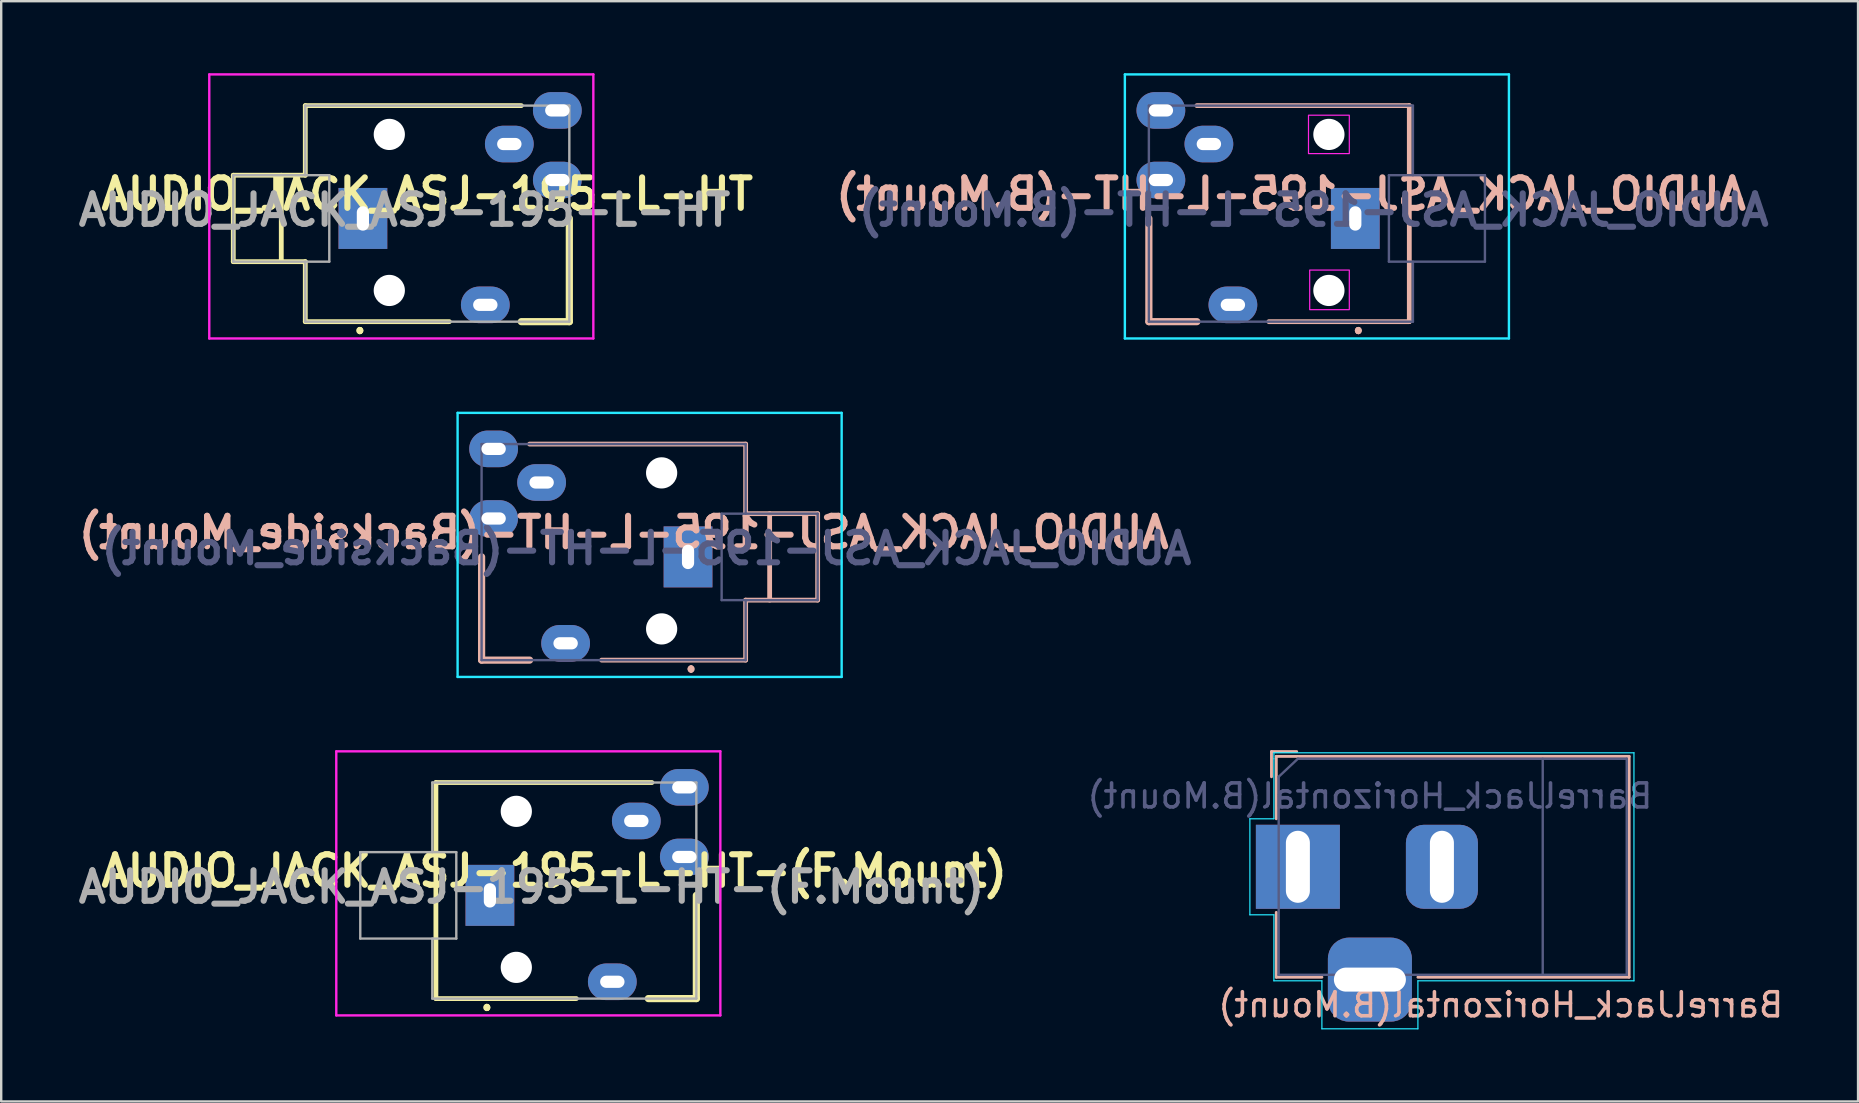
<source format=kicad_pcb>
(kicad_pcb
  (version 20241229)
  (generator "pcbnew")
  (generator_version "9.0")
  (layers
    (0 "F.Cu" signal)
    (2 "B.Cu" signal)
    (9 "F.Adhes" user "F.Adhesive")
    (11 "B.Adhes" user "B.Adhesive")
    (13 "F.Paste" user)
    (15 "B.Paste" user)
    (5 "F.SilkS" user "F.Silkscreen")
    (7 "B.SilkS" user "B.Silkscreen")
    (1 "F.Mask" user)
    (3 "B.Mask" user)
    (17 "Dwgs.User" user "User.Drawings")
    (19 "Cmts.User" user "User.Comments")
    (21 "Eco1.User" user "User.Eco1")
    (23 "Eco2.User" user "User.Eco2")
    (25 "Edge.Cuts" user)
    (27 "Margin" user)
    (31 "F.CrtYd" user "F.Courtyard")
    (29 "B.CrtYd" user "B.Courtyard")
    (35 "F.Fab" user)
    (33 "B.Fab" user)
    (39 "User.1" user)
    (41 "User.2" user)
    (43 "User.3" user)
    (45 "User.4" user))
  (footprint "AUDIO_JACK_ASJ-195-L-HT-(B.Mount)"
    (layer "F.Cu")
    (at 55.811 6.05)
    (property "Reference" "AUDIO_JACK_ASJ-195-L-HT-(B.Mount)" (at -5.08 -1.016 0) (layer "B.SilkS") (effects (font (size 1.27 1.27) (thickness 0.254)) (justify mirror)))
    (attr through_hole)
    (fp_line (start -11 4.3) (end -11 0) (stroke (width 0.3) (type solid)) (layer "B.SilkS"))
    (fp_line (start -9 4.3) (end -11 4.3) (stroke (width 0.3) (type solid)) (layer "B.SilkS"))
    (fp_line (start -6 4.3) (end -0.15 4.3) (stroke (width 0.2) (type solid)) (layer "B.SilkS"))
    (fp_line (start -2.28 4.62) (end -2.28 4.62) (stroke (width 0.2) (type solid)) (layer "B.SilkS"))
    (fp_line (start -2.28 4.72) (end -2.28 4.72) (stroke (width 0.2) (type solid)) (layer "B.SilkS"))
    (fp_line (start -2.28 4.72) (end -2.28 4.72) (stroke (width 0.2) (type solid)) (layer "B.SilkS"))
    (fp_line (start -0.15 -4.7) (end -9 -4.7) (stroke (width 0.2) (type solid)) (layer "B.SilkS"))
    (fp_line (start -0.15 -1.8) (end -0.15 -4.7) (stroke (width 0.2) (type solid)) (layer "B.SilkS"))
    (fp_line (start -0.15 -1.8) (end -0.15 1.8) (stroke (width 0.2) (type solid)) (layer "B.SilkS"))
    (fp_line (start -0.15 1.8) (end -0.15 4.3) (stroke (width 0.2) (type solid)) (layer "B.SilkS"))
    (fp_arc (start -2.27 4.62) (mid -2.22 4.67) (end -2.27 4.72) (stroke (width 0.2) (type solid)) (layer "B.SilkS"))
    (fp_arc (start -2.27 4.72) (mid -2.32 4.67) (end -2.27 4.62) (stroke (width 0.2) (type solid)) (layer "B.SilkS"))
    (fp_arc (start -2.27 4.72) (mid -2.32 4.67) (end -2.27 4.62) (stroke (width 0.2) (type solid)) (layer "B.SilkS"))
    (fp_line (start -12 -6) (end -12 5) (stroke (width 0.1) (type solid)) (layer "B.CrtYd"))
    (fp_line (start -12 5) (end 4 5) (stroke (width 0.1) (type solid)) (layer "B.CrtYd"))
    (fp_line (start 4 -6) (end -12 -6) (stroke (width 0.1) (type solid)) (layer "B.CrtYd"))
    (fp_line (start 4 5) (end 4 -6) (stroke (width 0.1) (type solid)) (layer "B.CrtYd"))
    (fp_rect (start -4.35 -4.3) (end -2.65 -2.7) (stroke (width 0.05) (type solid)) (fill no) (layer "F.CrtYd"))
    (fp_rect (start -4.3 2.15) (end -2.65 3.8) (stroke (width 0.05) (type solid)) (fill no) (layer "F.CrtYd"))
    (fp_line (start -11 -4.7) (end -11 4.3) (stroke (width 0.1) (type solid)) (layer "B.Fab"))
    (fp_line (start -11 4.3) (end 0 4.3) (stroke (width 0.1) (type solid)) (layer "B.Fab"))
    (fp_line (start -1 -1.8) (end 3 -1.8) (stroke (width 0.1) (type solid)) (layer "B.Fab"))
    (fp_line (start -1 1.8) (end -1 -1.8) (stroke (width 0.1) (type solid)) (layer "B.Fab"))
    (fp_line (start 0 -4.7) (end -11 -4.7) (stroke (width 0.1) (type solid)) (layer "B.Fab"))
    (fp_line (start 0 -4.7) (end 0 -1.8) (stroke (width 0.1) (type solid)) (layer "B.Fab"))
    (fp_line (start 0 4.3) (end 0 1.8) (stroke (width 0.1) (type solid)) (layer "B.Fab"))
    (fp_line (start 3 -1.8) (end 3 1.8) (stroke (width 0.1) (type solid)) (layer "B.Fab"))
    (fp_line (start 3 1.8) (end -1 1.8) (stroke (width 0.1) (type solid)) (layer "B.Fab"))
    (fp_text user "${REFERENCE}" (at -4.133 -0.35 0) (layer "B.Fab") (effects (font (size 1.27 1.27) (thickness 0.254)) (justify mirror)))
    (pad "" np_thru_hole circle (at -3.5 -3.5) (size 1.3 1.3) (drill 1.3) (layers "*.Cu" "*.Mask"))
    (pad "" np_thru_hole circle (at -3.5 3) (size 1.3 1.3) (drill 1.3) (layers "*.Cu" "*.Mask"))
    (pad "1" thru_hole rect (at -2.4 0) (size 2.032 2.54) (drill oval 0.508 1.016) (layers "*.Cu" "*.Mask"))
    (pad "2" thru_hole oval (at -7.5 3.6) (size 2.032 1.524) (drill oval 1.016 0.508) (layers "*.Cu" "*.Mask"))
    (pad "3" thru_hole oval (at -10.5 -1.6) (size 2.032 1.524) (drill oval 1.016 0.508) (layers "*.Cu" "*.Mask"))
    (pad "5" thru_hole oval (at -8.5 -3.1) (size 2.032 1.524) (drill oval 1.016 0.508) (layers "*.Cu" "*.Mask"))
    (pad "6" thru_hole oval (at -10.5 -4.5) (size 2.032 1.524) (drill oval 1.016 0.508) (layers "*.Cu" "*.Mask")))
  (footprint "AUDIO_JACK_ASJ-195-L-HT-(Backside_Mount)"
    (layer "F.Cu")
    (at 28.013 20.15)
    (property "Reference" "AUDIO_JACK_ASJ-195-L-HT-(Backside_Mount)" (at -5.08 -1.016 0) (layer "B.SilkS") (effects (font (size 1.27 1.27) (thickness 0.254)) (justify mirror)))
    (attr through_hole)
    (fp_line (start -11 4.3) (end -11 0) (stroke (width 0.3) (type solid)) (layer "B.SilkS"))
    (fp_line (start -9 4.3) (end -11 4.3) (stroke (width 0.3) (type solid)) (layer "B.SilkS"))
    (fp_line (start -6 4.3) (end 0 4.3) (stroke (width 0.2) (type solid)) (layer "B.SilkS"))
    (fp_line (start -2.28 4.62) (end -2.28 4.62) (stroke (width 0.2) (type solid)) (layer "B.SilkS"))
    (fp_line (start -2.28 4.72) (end -2.28 4.72) (stroke (width 0.2) (type solid)) (layer "B.SilkS"))
    (fp_line (start -2.28 4.72) (end -2.28 4.72) (stroke (width 0.2) (type solid)) (layer "B.SilkS"))
    (fp_line (start 0 -4.7) (end -9 -4.7) (stroke (width 0.2) (type solid)) (layer "B.SilkS"))
    (fp_line (start 0 -1.8) (end 0 -4.7) (stroke (width 0.2) (type solid)) (layer "B.SilkS"))
    (fp_line (start 0 -1.8) (end 3 -1.8) (stroke (width 0.2) (type solid)) (layer "B.SilkS"))
    (fp_line (start 0 1.8) (end 0 4.3) (stroke (width 0.2) (type solid)) (layer "B.SilkS"))
    (fp_line (start 1 -1.8) (end 1 1.8) (stroke (width 0.2) (type solid)) (layer "B.SilkS"))
    (fp_line (start 3 -1.8) (end 3 1.8) (stroke (width 0.2) (type solid)) (layer "B.SilkS"))
    (fp_line (start 3 1.8) (end 0 1.8) (stroke (width 0.2) (type solid)) (layer "B.SilkS"))
    (fp_arc (start -2.27 4.62) (mid -2.22 4.67) (end -2.27 4.72) (stroke (width 0.2) (type solid)) (layer "B.SilkS"))
    (fp_arc (start -2.27 4.72) (mid -2.32 4.67) (end -2.27 4.62) (stroke (width 0.2) (type solid)) (layer "B.SilkS"))
    (fp_arc (start -2.27 4.72) (mid -2.32 4.67) (end -2.27 4.62) (stroke (width 0.2) (type solid)) (layer "B.SilkS"))
    (fp_line (start -12 -6) (end -12 5) (stroke (width 0.1) (type solid)) (layer "B.CrtYd"))
    (fp_line (start -12 5) (end 4 5) (stroke (width 0.1) (type solid)) (layer "B.CrtYd"))
    (fp_line (start 4 -6) (end -12 -6) (stroke (width 0.1) (type solid)) (layer "B.CrtYd"))
    (fp_line (start 4 5) (end 4 -6) (stroke (width 0.1) (type solid)) (layer "B.CrtYd"))
    (fp_line (start -11 -4.7) (end -11 4.3) (stroke (width 0.1) (type solid)) (layer "B.Fab"))
    (fp_line (start -11 4.3) (end 0 4.3) (stroke (width 0.1) (type solid)) (layer "B.Fab"))
    (fp_line (start -1 -1.8) (end 3 -1.8) (stroke (width 0.1) (type solid)) (layer "B.Fab"))
    (fp_line (start -1 1.8) (end -1 -1.8) (stroke (width 0.1) (type solid)) (layer "B.Fab"))
    (fp_line (start 0 -4.7) (end -11 -4.7) (stroke (width 0.1) (type solid)) (layer "B.Fab"))
    (fp_line (start 0 -4.7) (end 0 -1.8) (stroke (width 0.1) (type solid)) (layer "B.Fab"))
    (fp_line (start 0 4.3) (end 0 1.8) (stroke (width 0.1) (type solid)) (layer "B.Fab"))
    (fp_line (start 3 -1.8) (end 3 1.8) (stroke (width 0.1) (type solid)) (layer "B.Fab"))
    (fp_line (start 3 1.8) (end -1 1.8) (stroke (width 0.1) (type solid)) (layer "B.Fab"))
    (fp_text user "${REFERENCE}" (at -4.133 -0.35 0) (layer "B.Fab") (effects (font (size 1.27 1.27) (thickness 0.254)) (justify mirror)))
    (pad "" np_thru_hole circle (at -3.5 -3.5) (size 1.3 1.3) (drill 1.3) (layers "*.Cu" "*.Mask"))
    (pad "" np_thru_hole circle (at -3.5 3) (size 1.3 1.3) (drill 1.3) (layers "*.Cu" "*.Mask"))
    (pad "1" thru_hole rect (at -2.4 0) (size 2.032 2.54) (drill oval 0.508 1.016) (layers "*.Cu" "*.Mask"))
    (pad "2" thru_hole oval (at -7.5 3.6) (size 2.032 1.524) (drill oval 1.016 0.508) (layers "*.Cu" "*.Mask"))
    (pad "3" thru_hole oval (at -10.5 -1.6) (size 2.032 1.524) (drill oval 1.016 0.508) (layers "*.Cu" "*.Mask"))
    (pad "5" thru_hole oval (at -8.5 -3.1) (size 2.032 1.524) (drill oval 1.016 0.508) (layers "*.Cu" "*.Mask"))
    (pad "6" thru_hole oval (at -10.5 -4.5) (size 2.032 1.524) (drill oval 1.016 0.508) (layers "*.Cu" "*.Mask")))
  (footprint "AUDIO_JACK_ASJ-195-L-HT-(F.Mount)"
    (layer "F.Cu")
    (at 14.959 34.25)
    (property "Reference" "AUDIO_JACK_ASJ-195-L-HT-(F.Mount)" (at 5.08 -1.016 0) (layer "F.SilkS") (effects (font (size 1.27 1.27) (thickness 0.254))))
    (attr through_hole)
    (fp_line (start 0.15 -4.7) (end 9.15 -4.7) (stroke (width 0.2) (type solid)) (layer "F.SilkS"))
    (fp_line (start 0.15 -1.8) (end 0.15 -4.7) (stroke (width 0.2) (type solid)) (layer "F.SilkS"))
    (fp_line (start 0.15 -1.8) (end 0.15 1.8) (stroke (width 0.2) (type solid)) (layer "F.SilkS"))
    (fp_line (start 0.15 1.8) (end 0.15 4.3) (stroke (width 0.2) (type solid)) (layer "F.SilkS"))
    (fp_line (start 2.28 4.62) (end 2.28 4.62) (stroke (width 0.2) (type solid)) (layer "F.SilkS"))
    (fp_line (start 2.28 4.72) (end 2.28 4.72) (stroke (width 0.2) (type solid)) (layer "F.SilkS"))
    (fp_line (start 2.28 4.72) (end 2.28 4.72) (stroke (width 0.2) (type solid)) (layer "F.SilkS"))
    (fp_line (start 6 4.3) (end 0.15 4.3) (stroke (width 0.2) (type solid)) (layer "F.SilkS"))
    (fp_line (start 9 4.3) (end 11 4.3) (stroke (width 0.3) (type solid)) (layer "F.SilkS"))
    (fp_line (start 11 4.3) (end 11 0) (stroke (width 0.3) (type solid)) (layer "F.SilkS"))
    (fp_arc (start 2.27 4.62) (mid 2.32 4.67) (end 2.27 4.72) (stroke (width 0.2) (type solid)) (layer "F.SilkS"))
    (fp_arc (start 2.27 4.62) (mid 2.32 4.67) (end 2.27 4.72) (stroke (width 0.2) (type solid)) (layer "F.SilkS"))
    (fp_arc (start 2.27 4.72) (mid 2.22 4.67) (end 2.27 4.62) (stroke (width 0.2) (type solid)) (layer "F.SilkS"))
    (fp_line (start -4 -6) (end 12 -6) (stroke (width 0.1) (type solid)) (layer "F.CrtYd"))
    (fp_line (start -4 5) (end -4 -6) (stroke (width 0.1) (type solid)) (layer "F.CrtYd"))
    (fp_line (start 12 -6) (end 12 5) (stroke (width 0.1) (type solid)) (layer "F.CrtYd"))
    (fp_line (start 12 5) (end -4 5) (stroke (width 0.1) (type solid)) (layer "F.CrtYd"))
    (fp_line (start -3 -1.8) (end -3 1.8) (stroke (width 0.1) (type solid)) (layer "F.Fab"))
    (fp_line (start -3 1.8) (end 1 1.8) (stroke (width 0.1) (type solid)) (layer "F.Fab"))
    (fp_line (start 0 -4.7) (end 0 -1.8) (stroke (width 0.1) (type solid)) (layer "F.Fab"))
    (fp_line (start 0 -4.7) (end 11 -4.7) (stroke (width 0.1) (type solid)) (layer "F.Fab"))
    (fp_line (start 0 4.3) (end 0 1.8) (stroke (width 0.1) (type solid)) (layer "F.Fab"))
    (fp_line (start 1 -1.8) (end -3 -1.8) (stroke (width 0.1) (type solid)) (layer "F.Fab"))
    (fp_line (start 1 1.8) (end 1 -1.8) (stroke (width 0.1) (type solid)) (layer "F.Fab"))
    (fp_line (start 11 -4.7) (end 11 4.3) (stroke (width 0.1) (type solid)) (layer "F.Fab"))
    (fp_line (start 11 4.3) (end 0 4.3) (stroke (width 0.1) (type solid)) (layer "F.Fab"))
    (fp_text user "${REFERENCE}" (at 4.133 -0.35 0) (layer "F.Fab") (effects (font (size 1.27 1.27) (thickness 0.254))))
    (pad "" np_thru_hole circle (at 3.5 -3.5) (size 1.3 1.3) (drill 1.3) (layers "*.Cu" "*.Mask"))
    (pad "" np_thru_hole circle (at 3.5 3) (size 1.3 1.3) (drill 1.3) (layers "*.Cu" "*.Mask"))
    (pad "1" thru_hole rect (at 2.4 0) (size 2.032 2.54) (drill oval 0.508 1.016) (layers "*.Cu" "*.Mask"))
    (pad "2" thru_hole oval (at 7.5 3.6) (size 2.032 1.524) (drill oval 1.016 0.508) (layers "*.Cu" "*.Mask"))
    (pad "3" thru_hole oval (at 10.5 -1.6) (size 2.032 1.524) (drill oval 1.016 0.508) (layers "*.Cu" "*.Mask"))
    (pad "5" thru_hole oval (at 8.5 -3.1) (size 2.032 1.524) (drill oval 1.016 0.508) (layers "*.Cu" "*.Mask"))
    (pad "6" thru_hole oval (at 10.5 -4.5) (size 2.032 1.524) (drill oval 1.016 0.508) (layers "*.Cu" "*.Mask")))
  (footprint "AUDIO_JACK_ASJ-195-L-HT"
    (layer "F.Cu")
    (at 9.668 6.05)
    (property "Reference" "AUDIO_JACK_ASJ-195-L-HT" (at 5.08 -1.016 0) (layer "F.SilkS") (effects (font (size 1.27 1.27) (thickness 0.254))))
    (attr through_hole)
    (fp_line (start -3 -1.8) (end -3 1.8) (stroke (width 0.2) (type solid)) (layer "F.SilkS"))
    (fp_line (start -3 1.8) (end 0 1.8) (stroke (width 0.2) (type solid)) (layer "F.SilkS"))
    (fp_line (start -1 -1.8) (end -1 1.8) (stroke (width 0.2) (type solid)) (layer "F.SilkS"))
    (fp_line (start 0 -4.7) (end 9 -4.7) (stroke (width 0.2) (type solid)) (layer "F.SilkS"))
    (fp_line (start 0 -1.8) (end -3 -1.8) (stroke (width 0.2) (type solid)) (layer "F.SilkS"))
    (fp_line (start 0 -1.8) (end 0 -4.7) (stroke (width 0.2) (type solid)) (layer "F.SilkS"))
    (fp_line (start 0 1.8) (end 0 4.3) (stroke (width 0.2) (type solid)) (layer "F.SilkS"))
    (fp_line (start 2.28 4.62) (end 2.28 4.62) (stroke (width 0.2) (type solid)) (layer "F.SilkS"))
    (fp_line (start 2.28 4.72) (end 2.28 4.72) (stroke (width 0.2) (type solid)) (layer "F.SilkS"))
    (fp_line (start 2.28 4.72) (end 2.28 4.72) (stroke (width 0.2) (type solid)) (layer "F.SilkS"))
    (fp_line (start 6 4.3) (end 0 4.3) (stroke (width 0.2) (type solid)) (layer "F.SilkS"))
    (fp_line (start 9 4.3) (end 11 4.3) (stroke (width 0.3) (type solid)) (layer "F.SilkS"))
    (fp_line (start 11 4.3) (end 11 0) (stroke (width 0.3) (type solid)) (layer "F.SilkS"))
    (fp_arc (start 2.27 4.62) (mid 2.32 4.67) (end 2.27 4.72) (stroke (width 0.2) (type solid)) (layer "F.SilkS"))
    (fp_arc (start 2.27 4.62) (mid 2.32 4.67) (end 2.27 4.72) (stroke (width 0.2) (type solid)) (layer "F.SilkS"))
    (fp_arc (start 2.27 4.72) (mid 2.22 4.67) (end 2.27 4.62) (stroke (width 0.2) (type solid)) (layer "F.SilkS"))
    (fp_line (start -4 -6) (end 12 -6) (stroke (width 0.1) (type solid)) (layer "F.CrtYd"))
    (fp_line (start -4 5) (end -4 -6) (stroke (width 0.1) (type solid)) (layer "F.CrtYd"))
    (fp_line (start 12 -6) (end 12 5) (stroke (width 0.1) (type solid)) (layer "F.CrtYd"))
    (fp_line (start 12 5) (end -4 5) (stroke (width 0.1) (type solid)) (layer "F.CrtYd"))
    (fp_line (start -3 -1.8) (end -3 1.8) (stroke (width 0.1) (type solid)) (layer "F.Fab"))
    (fp_line (start -3 1.8) (end 1 1.8) (stroke (width 0.1) (type solid)) (layer "F.Fab"))
    (fp_line (start 0 -4.7) (end 0 -1.8) (stroke (width 0.1) (type solid)) (layer "F.Fab"))
    (fp_line (start 0 -4.7) (end 11 -4.7) (stroke (width 0.1) (type solid)) (layer "F.Fab"))
    (fp_line (start 0 4.3) (end 0 1.8) (stroke (width 0.1) (type solid)) (layer "F.Fab"))
    (fp_line (start 1 -1.8) (end -3 -1.8) (stroke (width 0.1) (type solid)) (layer "F.Fab"))
    (fp_line (start 1 1.8) (end 1 -1.8) (stroke (width 0.1) (type solid)) (layer "F.Fab"))
    (fp_line (start 11 -4.7) (end 11 4.3) (stroke (width 0.1) (type solid)) (layer "F.Fab"))
    (fp_line (start 11 4.3) (end 0 4.3) (stroke (width 0.1) (type solid)) (layer "F.Fab"))
    (fp_text user "${REFERENCE}" (at 4.133 -0.35 0) (layer "F.Fab") (effects (font (size 1.27 1.27) (thickness 0.254))))
    (pad "" np_thru_hole circle (at 3.5 -3.5) (size 1.3 1.3) (drill 1.3) (layers "*.Cu" "*.Mask"))
    (pad "" np_thru_hole circle (at 3.5 3) (size 1.3 1.3) (drill 1.3) (layers "*.Cu" "*.Mask"))
    (pad "1" thru_hole rect (at 2.4 0) (size 2.032 2.54) (drill oval 0.508 1.016) (layers "*.Cu" "*.Mask"))
    (pad "2" thru_hole oval (at 7.5 3.6) (size 2.032 1.524) (drill oval 1.016 0.508) (layers "*.Cu" "*.Mask"))
    (pad "3" thru_hole oval (at 10.5 -1.6) (size 2.032 1.524) (drill oval 1.016 0.508) (layers "*.Cu" "*.Mask"))
    (pad "5" thru_hole oval (at 8.5 -3.1) (size 2.032 1.524) (drill oval 1.016 0.508) (layers "*.Cu" "*.Mask"))
    (pad "6" thru_hole oval (at 10.5 -4.5) (size 2.032 1.524) (drill oval 1.016 0.508) (layers "*.Cu" "*.Mask")))
  (footprint "BarrelJack_Horizontal(B.Mount)"
    (layer "F.Cu")
    (at 51.019 33.06)
    (property "Reference" "BarrelJack_Horizontal(B.Mount)" (at 8.45 5.75 0) (layer "B.SilkS") (effects (font (size 1 1) (thickness 0.15)) (justify mirror)))
    (attr through_hole)
    (fp_line (start -1.1 -3.75) (end -1.1 -4.8) (stroke (width 0.12) (type solid)) (layer "B.SilkS"))
    (fp_line (start -0.9 -4.6) (end -0.9 -2) (stroke (width 0.12) (type solid)) (layer "B.SilkS"))
    (fp_line (start -0.9 1.9) (end -0.9 4.6) (stroke (width 0.12) (type solid)) (layer "B.SilkS"))
    (fp_line (start -0.9 4.6) (end 1 4.6) (stroke (width 0.12) (type solid)) (layer "B.SilkS"))
    (fp_line (start -0.05 -4.8) (end -1.1 -4.8) (stroke (width 0.12) (type solid)) (layer "B.SilkS"))
    (fp_line (start 5 4.6) (end 13.8 4.6) (stroke (width 0.12) (type solid)) (layer "B.SilkS"))
    (fp_line (start 13.8 -4.6) (end -0.9 -4.6) (stroke (width 0.12) (type solid)) (layer "B.SilkS"))
    (fp_line (start 13.8 4.6) (end 13.8 -4.6) (stroke (width 0.12) (type solid)) (layer "B.SilkS"))
    (fp_line (start -2 -2) (end -2 2) (stroke (width 0.05) (type solid)) (layer "B.CrtYd"))
    (fp_line (start -2 2) (end -1 2) (stroke (width 0.05) (type solid)) (layer "B.CrtYd"))
    (fp_line (start -1 -4.75) (end 14 -4.75) (stroke (width 0.05) (type solid)) (layer "B.CrtYd"))
    (fp_line (start -1 -4.5) (end -1 -4.75) (stroke (width 0.05) (type solid)) (layer "B.CrtYd"))
    (fp_line (start -1 -4.5) (end -1 -2) (stroke (width 0.05) (type solid)) (layer "B.CrtYd"))
    (fp_line (start -1 -2) (end -2 -2) (stroke (width 0.05) (type solid)) (layer "B.CrtYd"))
    (fp_line (start -1 2) (end -1 4.75) (stroke (width 0.05) (type solid)) (layer "B.CrtYd"))
    (fp_line (start -1 4.75) (end 1 4.75) (stroke (width 0.05) (type solid)) (layer "B.CrtYd"))
    (fp_line (start 1 4.75) (end 1 6.75) (stroke (width 0.05) (type solid)) (layer "B.CrtYd"))
    (fp_line (start 1 6.75) (end 5 6.75) (stroke (width 0.05) (type solid)) (layer "B.CrtYd"))
    (fp_line (start 5 4.75) (end 14 4.75) (stroke (width 0.05) (type solid)) (layer "B.CrtYd"))
    (fp_line (start 5 6.75) (end 5 4.75) (stroke (width 0.05) (type solid)) (layer "B.CrtYd"))
    (fp_line (start 14 4.75) (end 14 -4.75) (stroke (width 0.05) (type solid)) (layer "B.CrtYd"))
    (fp_line (start -0.8 4.5) (end -0.8 -3.75) (stroke (width 0.1) (type solid)) (layer "B.Fab"))
    (fp_line (start 0 -4.5) (end 13.7 -4.5) (stroke (width 0.1) (type solid)) (layer "B.Fab"))
    (fp_line (start 0.003 -4.505) (end -0.8 -3.75) (stroke (width 0.1) (type solid)) (layer "B.Fab"))
    (fp_line (start 10.2 -4.5) (end 10.2 4.5) (stroke (width 0.1) (type solid)) (layer "B.Fab"))
    (fp_line (start 13.7 -4.5) (end 13.7 4.5) (stroke (width 0.1) (type solid)) (layer "B.Fab"))
    (fp_line (start 13.7 4.5) (end -0.8 4.5) (stroke (width 0.1) (type solid)) (layer "B.Fab"))
    (fp_text user "${REFERENCE}" (at 3 -2.95 0) (layer "B.Fab") (effects (font (size 1 1) (thickness 0.15)) (justify mirror)))
    (pad "1" thru_hole rect (at 0 0) (size 3.5 3.5) (drill oval 1 3) (layers "*.Cu" "*.Mask"))
    (pad "2" thru_hole roundrect (at 6 0) (size 3 3.5) (drill oval 1 3) (layers "*.Cu" "*.Mask") (roundrect_rratio 0.25))
    (pad "3" thru_hole roundrect (at 3 4.7) (size 3.5 3.5) (drill oval 3 1) (layers "*.Cu" "*.Mask") (roundrect_rratio 0.25)))
  (gr_rect
    (start -3 -3)
    (end 74.355 42.835)
    (stroke (width 0.1) (type default))
    (fill no)
    (layer "Edge.Cuts")))
</source>
